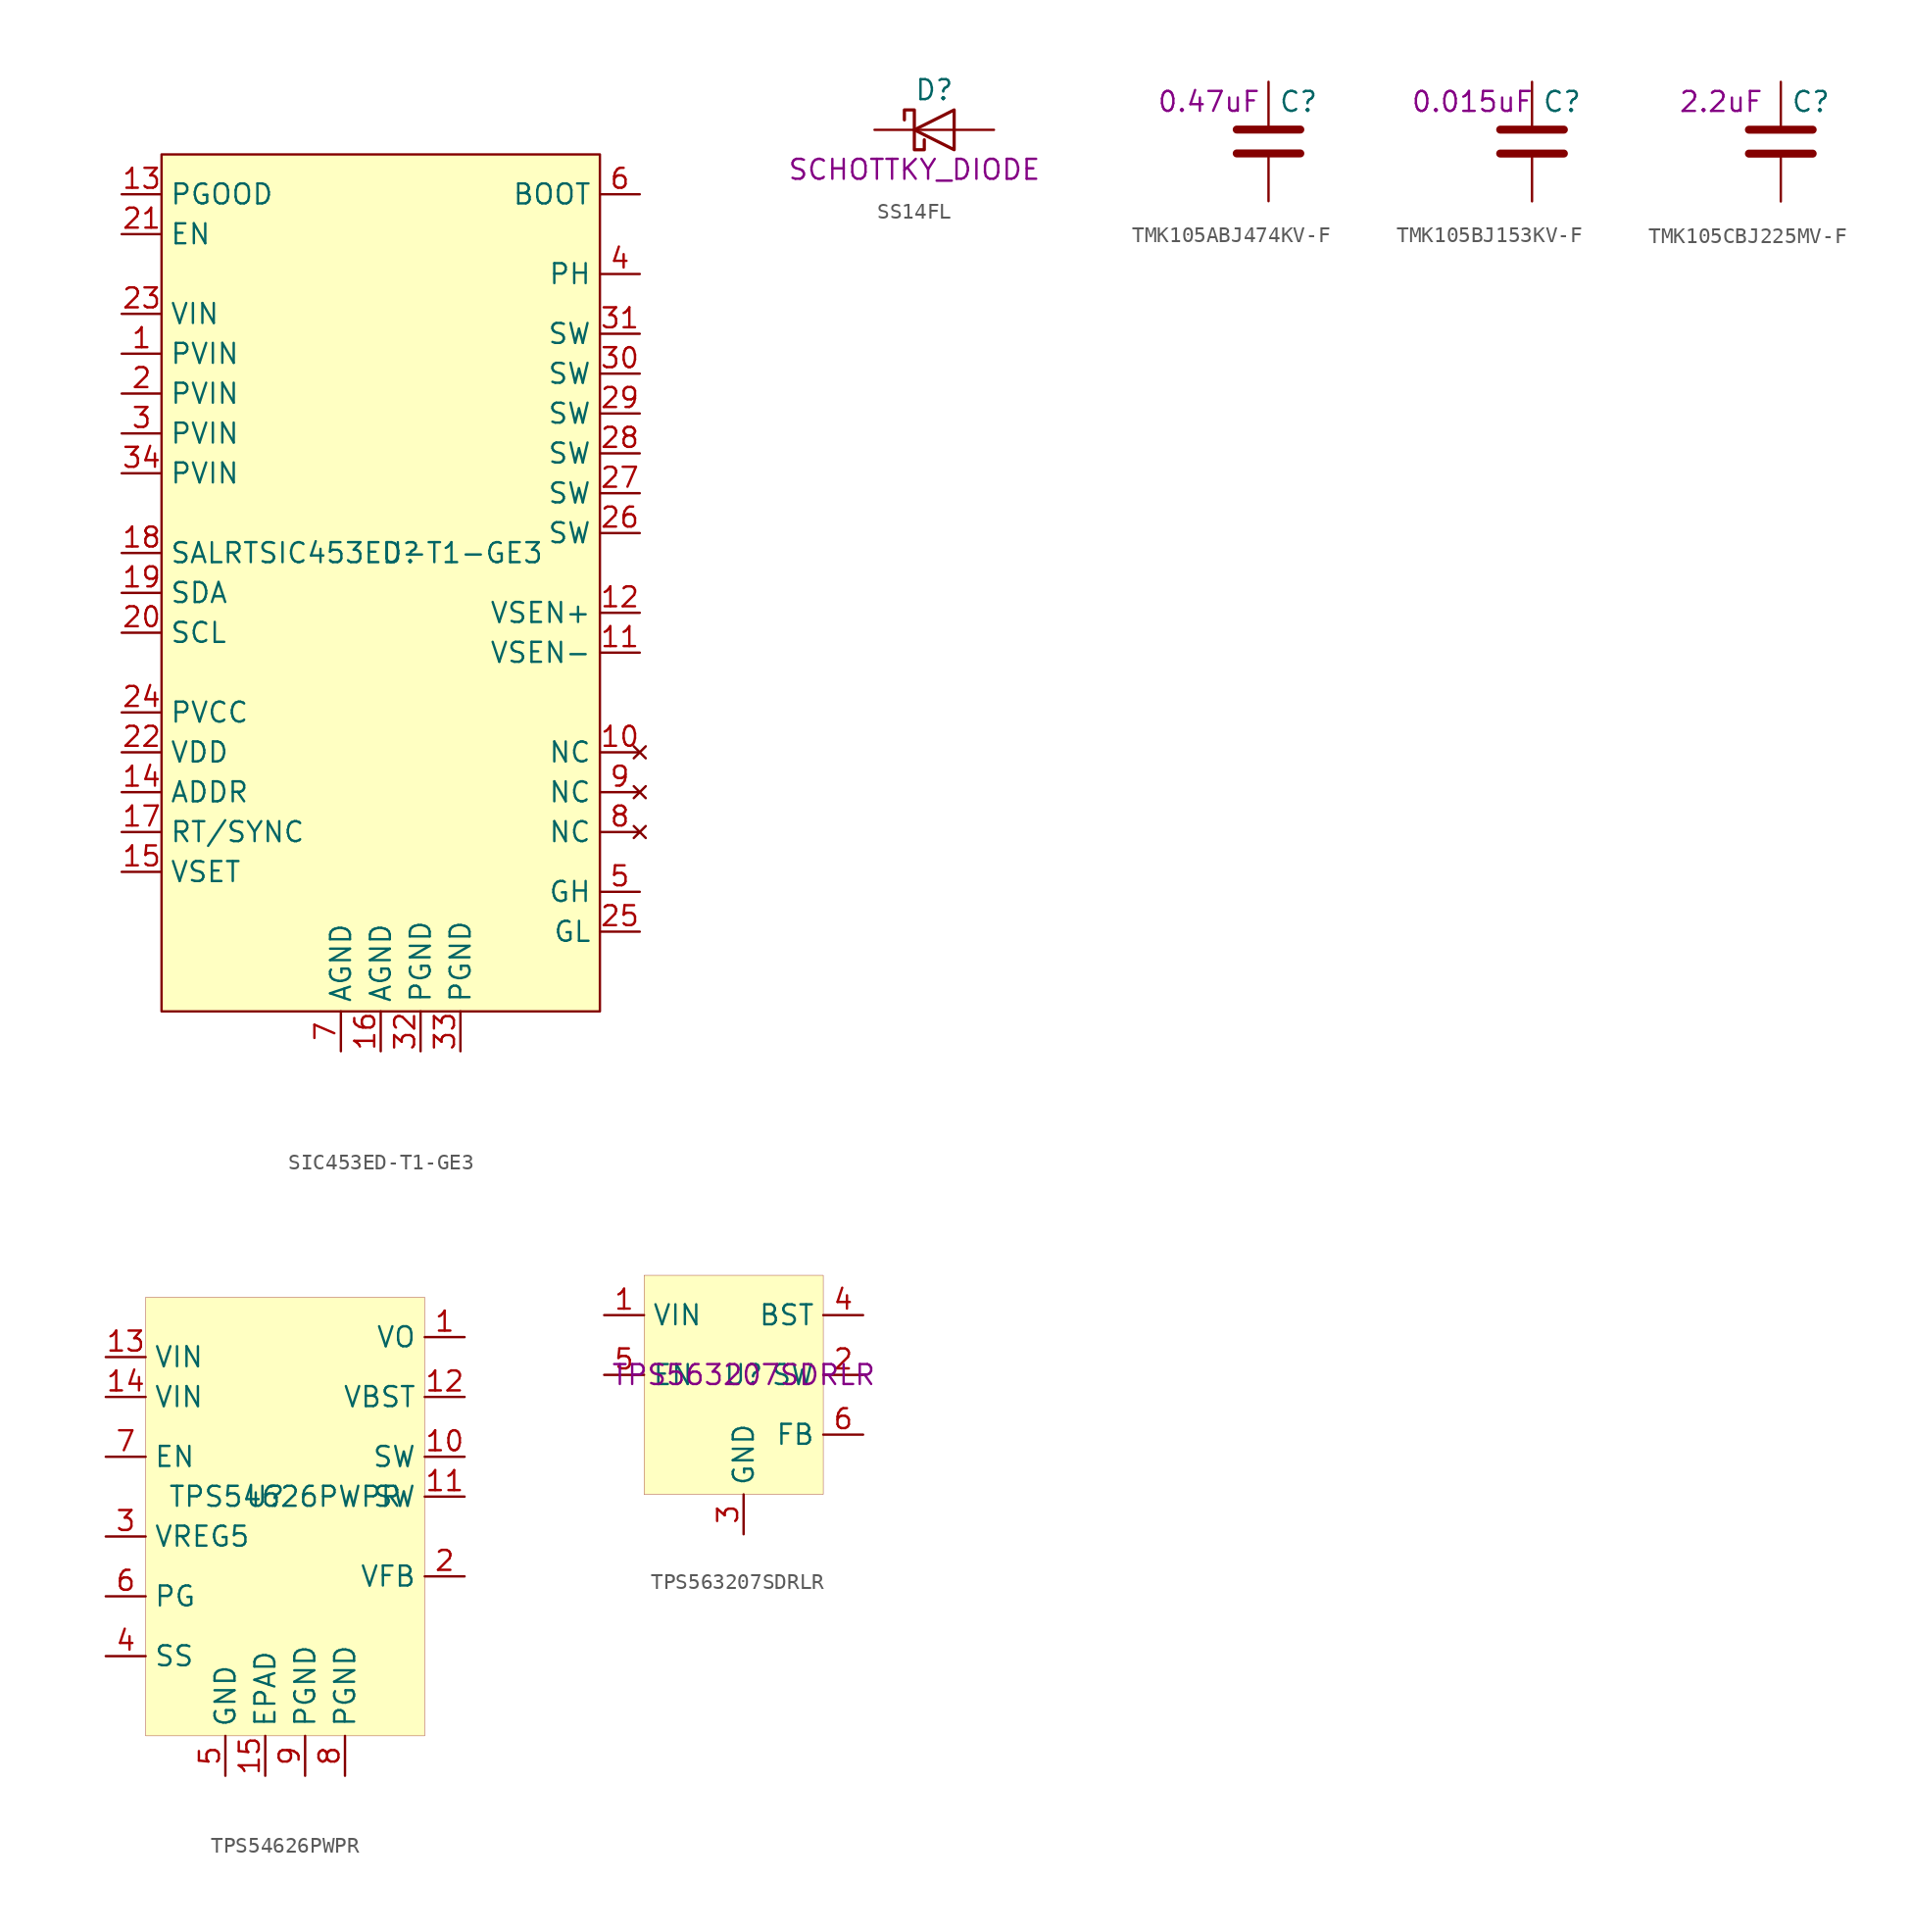
<source format=kicad_sym>
(kicad_symbol_lib
  (version 20210619)
  (generator kicad_symbol_editor)
  (symbol "eval-board-1_buck-regulator:SIC453ED-T1-GE3"
    (property "Reference" "U"
      (at 0 0 0)
      (effects (font (size 1.27 1.27))))
    (property "Value" "SIC453ED-T1-GE3"
      (at 0 0 0)
      (effects (font (size 1.27 1.27))))
    (symbol "SIC453ED-T1-GE3_0_0"
      (pin power_in line (at -17.78 5.08 0) (length 2.54) (name "PVIN" (effects (font (size 1.27 1.27)))) (number "34" (effects (font (size 1.27 1.27))))))
    (symbol "SIC453ED-T1-GE3_0_1"
      (rectangle (start -15.24 25.4) (end 12.7 -29.21) (stroke (width 0.152)) (fill (type background))))
    (symbol "SIC453ED-T1-GE3_1_1"
      (pin power_in line (at -17.78 12.7 0) (length 2.54) (name "PVIN" (effects (font (size 1.27 1.27)))) (number "1" (effects (font (size 1.27 1.27)))))
      (pin no_connect line (at 15.24 -12.7 180) (length 2.54) (name "NC" (effects (font (size 1.27 1.27)))) (number "10" (effects (font (size 1.27 1.27)))))
      (pin input line (at 15.24 -6.35 180) (length 2.54) (name "VSEN-" (effects (font (size 1.27 1.27)))) (number "11" (effects (font (size 1.27 1.27)))))
      (pin input line (at 15.24 -3.81 180) (length 2.54) (name "VSEN+" (effects (font (size 1.27 1.27)))) (number "12" (effects (font (size 1.27 1.27)))))
      (pin open_collector line (at -17.78 22.86 0) (length 2.54) (name "PGOOD" (effects (font (size 1.27 1.27)))) (number "13" (effects (font (size 1.27 1.27)))))
      (pin input line (at -17.78 -15.24 0) (length 2.54) (name "ADDR" (effects (font (size 1.27 1.27)))) (number "14" (effects (font (size 1.27 1.27)))))
      (pin input line (at -17.78 -20.32 0) (length 2.54) (name "VSET" (effects (font (size 1.27 1.27)))) (number "15" (effects (font (size 1.27 1.27)))))
      (pin power_in line (at -1.27 -31.75 90) (length 2.54) (name "AGND" (effects (font (size 1.27 1.27)))) (number "16" (effects (font (size 1.27 1.27)))))
      (pin input line (at -17.78 -17.78 0) (length 2.54) (name "RT/SYNC" (effects (font (size 1.27 1.27)))) (number "17" (effects (font (size 1.27 1.27)))))
      (pin output line (at -17.78 0 0) (length 2.54) (name "SALRT" (effects (font (size 1.27 1.27)))) (number "18" (effects (font (size 1.27 1.27)))))
      (pin bidirectional line (at -17.78 -2.54 0) (length 2.54) (name "SDA" (effects (font (size 1.27 1.27)))) (number "19" (effects (font (size 1.27 1.27)))))
      (pin power_in line (at -17.78 10.16 0) (length 2.54) (name "PVIN" (effects (font (size 1.27 1.27)))) (number "2" (effects (font (size 1.27 1.27)))))
      (pin bidirectional line (at -17.78 -5.08 0) (length 2.54) (name "SCL" (effects (font (size 1.27 1.27)))) (number "20" (effects (font (size 1.27 1.27)))))
      (pin input line (at -17.78 20.32 0) (length 2.54) (name "EN" (effects (font (size 1.27 1.27)))) (number "21" (effects (font (size 1.27 1.27)))))
      (pin power_out line (at -17.78 -12.7 0) (length 2.54) (name "VDD" (effects (font (size 1.27 1.27)))) (number "22" (effects (font (size 1.27 1.27)))))
      (pin power_in line (at -17.78 15.24 0) (length 2.54) (name "VIN" (effects (font (size 1.27 1.27)))) (number "23" (effects (font (size 1.27 1.27)))))
      (pin power_out line (at -17.78 -10.16 0) (length 2.54) (name "PVCC" (effects (font (size 1.27 1.27)))) (number "24" (effects (font (size 1.27 1.27)))))
      (pin input line (at 15.24 -24.13 180) (length 2.54) (name "GL" (effects (font (size 1.27 1.27)))) (number "25" (effects (font (size 1.27 1.27)))))
      (pin power_out line (at 15.24 1.27 180) (length 2.54) (name "SW" (effects (font (size 1.27 1.27)))) (number "26" (effects (font (size 1.27 1.27)))))
      (pin power_out line (at 15.24 3.81 180) (length 2.54) (name "SW" (effects (font (size 1.27 1.27)))) (number "27" (effects (font (size 1.27 1.27)))))
      (pin power_out line (at 15.24 6.35 180) (length 2.54) (name "SW" (effects (font (size 1.27 1.27)))) (number "28" (effects (font (size 1.27 1.27)))))
      (pin power_out line (at 15.24 8.89 180) (length 2.54) (name "SW" (effects (font (size 1.27 1.27)))) (number "29" (effects (font (size 1.27 1.27)))))
      (pin power_in line (at -17.78 7.62 0) (length 2.54) (name "PVIN" (effects (font (size 1.27 1.27)))) (number "3" (effects (font (size 1.27 1.27)))))
      (pin power_out line (at 15.24 11.43 180) (length 2.54) (name "SW" (effects (font (size 1.27 1.27)))) (number "30" (effects (font (size 1.27 1.27)))))
      (pin power_out line (at 15.24 13.97 180) (length 2.54) (name "SW" (effects (font (size 1.27 1.27)))) (number "31" (effects (font (size 1.27 1.27)))))
      (pin power_in line (at 1.27 -31.75 90) (length 2.54) (name "PGND" (effects (font (size 1.27 1.27)))) (number "32" (effects (font (size 1.27 1.27)))))
      (pin power_in line (at 3.81 -31.75 90) (length 2.54) (name "PGND" (effects (font (size 1.27 1.27)))) (number "33" (effects (font (size 1.27 1.27)))))
      (pin input line (at 15.24 17.78 180) (length 2.54) (name "PH" (effects (font (size 1.27 1.27)))) (number "4" (effects (font (size 1.27 1.27)))))
      (pin input line (at 15.24 -21.59 180) (length 2.54) (name "GH" (effects (font (size 1.27 1.27)))) (number "5" (effects (font (size 1.27 1.27)))))
      (pin input line (at 15.24 22.86 180) (length 2.54) (name "BOOT" (effects (font (size 1.27 1.27)))) (number "6" (effects (font (size 1.27 1.27)))))
      (pin power_in line (at -3.81 -31.75 90) (length 2.54) (name "AGND" (effects (font (size 1.27 1.27)))) (number "7" (effects (font (size 1.27 1.27)))))
      (pin no_connect line (at 15.24 -17.78 180) (length 2.54) (name "NC" (effects (font (size 1.27 1.27)))) (number "8" (effects (font (size 1.27 1.27)))))
      (pin no_connect line (at 15.24 -15.24 180) (length 2.54) (name "NC" (effects (font (size 1.27 1.27)))) (number "9" (effects (font (size 1.27 1.27)))))))
  (symbol "eval-board-1_buck-regulator:SS14FL"
    (pin_numbers hide)
    (pin_names
      (offset 1.016) hide)
    (property "Reference" "D"
      (at 0 2.54 0)
      (effects (font (size 1.27 1.27))))
    (property "id" "SCHOTTKY_DIODE"
      (at -1.27 -2.54 0)
      (effects (font (size 1.27 1.27))))
    (symbol "SS14FL_0_1"
      (polyline (pts (xy 1.27 0) (xy -1.27 0)) (stroke (width 0)) (fill (type none)))
      (polyline (pts (xy 1.27 1.27) (xy 1.27 -1.27) (xy -1.27 0) (xy 1.27 1.27)) (stroke (width 0.203)) (fill (type none)))
      (polyline (pts (xy -1.905 0.635) (xy -1.905 1.27) (xy -1.27 1.27) (xy -1.27 -1.27) (xy -0.635 -1.27) (xy -0.635 -0.635)) (stroke (width 0.203)) (fill (type none))))
    (symbol "SS14FL_1_1"
      (pin passive line (at 3.81 0 180) (length 2.54) (name "A" (effects (font (size 1.27 1.27)))) (number "A" (effects (font (size 1.27 1.27)))))
      (pin passive line (at -3.81 0 0) (length 2.54) (name "C" (effects (font (size 1.27 1.27)))) (number "C" (effects (font (size 1.27 1.27)))))))
  (symbol "eval-board-1_buck-regulator:TMK105ABJ474KV-F"
    (pin_numbers hide)
    (pin_names
      (offset 0.254))
    (property "Reference" "C"
      (at 0.635 2.54 0)
      (effects (font (size 1.27 1.27)) (justify left)))
    (property "id" "0.47uF"
      (at -3.81 2.54 0)
      (effects (font (size 1.27 1.27))))
    (symbol "TMK105ABJ474KV-F_0_1"
      (polyline (pts (xy -2.032 -0.762) (xy 2.032 -0.762)) (stroke (width 0.508)) (fill (type none)))
      (polyline (pts (xy -2.032 0.762) (xy 2.032 0.762)) (stroke (width 0.508)) (fill (type none))))
    (symbol "TMK105ABJ474KV-F_1_1"
      (pin passive line (at 0 3.81 270) (length 2.794) (name "~" (effects (font (size 1.27 1.27)))) (number "1" (effects (font (size 1.27 1.27)))))
      (pin passive line (at 0 -3.81 90) (length 2.794) (name "~" (effects (font (size 1.27 1.27)))) (number "2" (effects (font (size 1.27 1.27)))))))
  (symbol "eval-board-1_buck-regulator:TMK105BJ153KV-F"
    (pin_numbers hide)
    (pin_names
      (offset 0.254))
    (property "Reference" "C"
      (at 0.635 2.54 0)
      (effects (font (size 1.27 1.27)) (justify left)))
    (property "id" "0.015uF"
      (at -3.81 2.54 0)
      (effects (font (size 1.27 1.27))))
    (symbol "TMK105BJ153KV-F_0_1"
      (polyline (pts (xy -2.032 -0.762) (xy 2.032 -0.762)) (stroke (width 0.508)) (fill (type none)))
      (polyline (pts (xy -2.032 0.762) (xy 2.032 0.762)) (stroke (width 0.508)) (fill (type none))))
    (symbol "TMK105BJ153KV-F_1_1"
      (pin passive line (at 0 3.81 270) (length 2.794) (name "~" (effects (font (size 1.27 1.27)))) (number "1" (effects (font (size 1.27 1.27)))))
      (pin passive line (at 0 -3.81 90) (length 2.794) (name "~" (effects (font (size 1.27 1.27)))) (number "2" (effects (font (size 1.27 1.27)))))))
  (symbol "eval-board-1_buck-regulator:TMK105CBJ225MV-F"
    (pin_numbers hide)
    (pin_names
      (offset 0.254))
    (property "Reference" "C"
      (at 0.635 2.54 0)
      (effects (font (size 1.27 1.27)) (justify left)))
    (property "id" "2.2uF"
      (at -3.81 2.54 0)
      (effects (font (size 1.27 1.27))))
    (symbol "TMK105CBJ225MV-F_0_1"
      (polyline (pts (xy -2.032 -0.762) (xy 2.032 -0.762)) (stroke (width 0.508)) (fill (type none)))
      (polyline (pts (xy -2.032 0.762) (xy 2.032 0.762)) (stroke (width 0.508)) (fill (type none))))
    (symbol "TMK105CBJ225MV-F_1_1"
      (pin passive line (at 0 3.81 270) (length 2.794) (name "~" (effects (font (size 1.27 1.27)))) (number "1" (effects (font (size 1.27 1.27)))))
      (pin passive line (at 0 -3.81 90) (length 2.794) (name "~" (effects (font (size 1.27 1.27)))) (number "2" (effects (font (size 1.27 1.27)))))))
  (symbol "eval-board-1_buck-regulator:TPS54626PWPR"
    (property "Reference" "U"
      (at -1.27 0 0)
      (effects (font (size 1.27 1.27))))
    (property "Value" "TPS54626PWPR"
      (at 0 0 0)
      (effects (font (size 1.27 1.27))))
    (symbol "TPS54626PWPR_0_1"
      (rectangle (start -8.89 12.7) (end 8.89 -15.24) (stroke (width 0.001)) (fill (type background))))
    (symbol "TPS54626PWPR_1_1"
      (pin passive line (at 11.43 10.16 180) (length 2.54) (name "VO" (effects (font (size 1.27 1.27)))) (number "1" (effects (font (size 1.27 1.27)))))
      (pin power_out line (at 11.43 2.54 180) (length 2.54) (name "SW" (effects (font (size 1.27 1.27)))) (number "10" (effects (font (size 1.27 1.27)))))
      (pin passive line (at 11.43 0 180) (length 2.54) (name "SW" (effects (font (size 1.27 1.27)))) (number "11" (effects (font (size 1.27 1.27)))))
      (pin input line (at 11.43 6.35 180) (length 2.54) (name "VBST" (effects (font (size 1.27 1.27)))) (number "12" (effects (font (size 1.27 1.27)))))
      (pin power_in line (at -11.43 8.89 0) (length 2.54) (name "VIN" (effects (font (size 1.27 1.27)))) (number "13" (effects (font (size 1.27 1.27)))))
      (pin power_in line (at -11.43 6.35 0) (length 2.54) (name "VIN" (effects (font (size 1.27 1.27)))) (number "14" (effects (font (size 1.27 1.27)))))
      (pin power_in line (at -1.27 -17.78 90) (length 2.54) (name "EPAD" (effects (font (size 1.27 1.27)))) (number "15" (effects (font (size 1.27 1.27)))))
      (pin input line (at 11.43 -5.08 180) (length 2.54) (name "VFB" (effects (font (size 1.27 1.27)))) (number "2" (effects (font (size 1.27 1.27)))))
      (pin power_out line (at -11.43 -2.54 0) (length 2.54) (name "VREG5" (effects (font (size 1.27 1.27)))) (number "3" (effects (font (size 1.27 1.27)))))
      (pin input line (at -11.43 -10.16 0) (length 2.54) (name "SS" (effects (font (size 1.27 1.27)))) (number "4" (effects (font (size 1.27 1.27)))))
      (pin power_in line (at -3.81 -17.78 90) (length 2.54) (name "GND" (effects (font (size 1.27 1.27)))) (number "5" (effects (font (size 1.27 1.27)))))
      (pin output line (at -11.43 -6.35 0) (length 2.54) (name "PG" (effects (font (size 1.27 1.27)))) (number "6" (effects (font (size 1.27 1.27)))))
      (pin input line (at -11.43 2.54 0) (length 2.54) (name "EN" (effects (font (size 1.27 1.27)))) (number "7" (effects (font (size 1.27 1.27)))))
      (pin power_in line (at 3.81 -17.78 90) (length 2.54) (name "PGND" (effects (font (size 1.27 1.27)))) (number "8" (effects (font (size 1.27 1.27)))))
      (pin power_in line (at 1.27 -17.78 90) (length 2.54) (name "PGND" (effects (font (size 1.27 1.27)))) (number "9" (effects (font (size 1.27 1.27)))))))
  (symbol "eval-board-1_buck-regulator:TPS563207SDRLR"
    (property "Reference" "U"
      (at 0 0 0)
      (effects (font (size 1.27 1.27))))
    (property "id" "TPS563207SDRLR"
      (at 0 0 0)
      (effects (font (size 1.27 1.27))))
    (symbol "TPS563207SDRLR_0_1"
      (rectangle (start -6.35 6.35) (end 5.08 -7.62) (stroke (width 0.001)) (fill (type background))))
    (symbol "TPS563207SDRLR_1_1"
      (pin power_in line (at -8.89 3.81 0) (length 2.54) (name "VIN" (effects (font (size 1.27 1.27)))) (number "1" (effects (font (size 1.27 1.27)))))
      (pin power_out line (at 7.62 0 180) (length 2.54) (name "SW" (effects (font (size 1.27 1.27)))) (number "2" (effects (font (size 1.27 1.27)))))
      (pin power_in line (at 0 -10.16 90) (length 2.54) (name "GND" (effects (font (size 1.27 1.27)))) (number "3" (effects (font (size 1.27 1.27)))))
      (pin output line (at 7.62 3.81 180) (length 2.54) (name "BST" (effects (font (size 1.27 1.27)))) (number "4" (effects (font (size 1.27 1.27)))))
      (pin input line (at -8.89 0 0) (length 2.54) (name "EN" (effects (font (size 1.27 1.27)))) (number "5" (effects (font (size 1.27 1.27)))))
      (pin input line (at 7.62 -3.81 180) (length 2.54) (name "FB" (effects (font (size 1.27 1.27)))) (number "6" (effects (font (size 1.27 1.27))))))))
</source>
